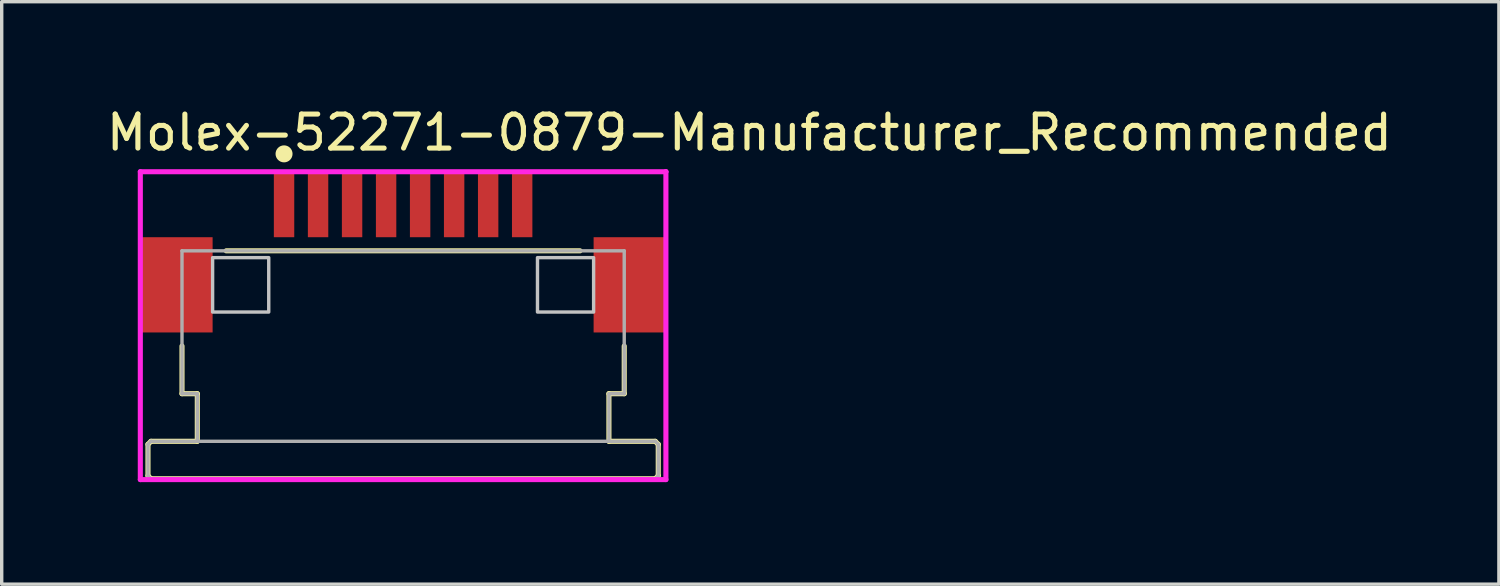
<source format=kicad_pcb>
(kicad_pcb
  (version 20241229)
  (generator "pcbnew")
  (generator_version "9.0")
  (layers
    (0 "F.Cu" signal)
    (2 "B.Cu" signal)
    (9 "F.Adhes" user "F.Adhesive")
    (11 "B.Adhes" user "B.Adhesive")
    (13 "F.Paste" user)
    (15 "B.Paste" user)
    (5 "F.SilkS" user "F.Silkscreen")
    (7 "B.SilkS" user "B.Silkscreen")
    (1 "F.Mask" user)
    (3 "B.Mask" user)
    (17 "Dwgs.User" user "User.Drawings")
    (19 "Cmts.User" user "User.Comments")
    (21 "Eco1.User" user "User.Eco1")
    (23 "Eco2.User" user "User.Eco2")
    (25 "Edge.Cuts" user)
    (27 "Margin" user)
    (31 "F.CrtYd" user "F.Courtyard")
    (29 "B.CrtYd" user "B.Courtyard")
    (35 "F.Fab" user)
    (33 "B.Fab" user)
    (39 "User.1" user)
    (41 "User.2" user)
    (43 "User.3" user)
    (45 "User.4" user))
  (footprint "Molex-52271-0879-Manufacturer_Recommended"
    (layer "F.Cu")
    (at 8.8 4.148)
    (property "Reference" "Molex-52271-0879-Manufacturer_Recommended" (at -8.8 -3.3 0) (layer "F.SilkS") (effects (font (size 1 1) (thickness 0.15)) (justify left)))
    (attr through_hole)
    (fp_line (start -7.5 5.863) (end -7.412 5.775) (stroke (width 0.15) (type solid)) (layer "F.SilkS"))
    (fp_line (start -7.5 6.787) (end -7.5 5.863) (stroke (width 0.15) (type solid)) (layer "F.SilkS"))
    (fp_line (start -7.5 6.787) (end -7.412 6.875) (stroke (width 0.15) (type solid)) (layer "F.SilkS"))
    (fp_line (start -7.412 5.775) (end -6.05 5.775) (stroke (width 0.15) (type solid)) (layer "F.SilkS"))
    (fp_line (start -7.412 6.875) (end 7.412 6.875) (stroke (width 0.15) (type solid)) (layer "F.SilkS"))
    (fp_line (start -6.5 4.375) (end -6.5 2.975) (stroke (width 0.15) (type solid)) (layer "F.SilkS"))
    (fp_line (start -6.5 4.375) (end -6.05 4.375) (stroke (width 0.15) (type solid)) (layer "F.SilkS"))
    (fp_line (start -6.05 5.775) (end -6.05 4.375) (stroke (width 0.15) (type solid)) (layer "F.SilkS"))
    (fp_line (start -5.2 0.175) (end 5.2 0.175) (stroke (width 0.15) (type solid)) (layer "F.SilkS"))
    (fp_line (start 6.05 4.375) (end 6.5 4.375) (stroke (width 0.15) (type solid)) (layer "F.SilkS"))
    (fp_line (start 6.05 5.775) (end 6.05 4.375) (stroke (width 0.15) (type solid)) (layer "F.SilkS"))
    (fp_line (start 6.05 5.775) (end 7.412 5.775) (stroke (width 0.15) (type solid)) (layer "F.SilkS"))
    (fp_line (start 6.5 4.375) (end 6.5 2.975) (stroke (width 0.15) (type solid)) (layer "F.SilkS"))
    (fp_line (start 7.412 5.775) (end 7.5 5.863) (stroke (width 0.15) (type solid)) (layer "F.SilkS"))
    (fp_line (start 7.412 6.875) (end 7.5 6.787) (stroke (width 0.15) (type solid)) (layer "F.SilkS"))
    (fp_line (start 7.5 6.787) (end 7.5 5.863) (stroke (width 0.15) (type solid)) (layer "F.SilkS"))
    (fp_circle (center -3.5 -2.675) (end -3.375 -2.675) (stroke (width 0.25) (type solid)) (fill no) (layer "F.SilkS"))
    (fp_poly (pts (xy -5.6 0.375) (xy -3.95 0.375) (xy -3.95 1.975) (xy -5.6 1.975)) (stroke (width 0.1) (type solid)) (fill no) (layer "Dwgs.User"))
    (fp_poly (pts (xy 3.95 0.375) (xy 5.6 0.375) (xy 5.6 1.975) (xy 3.95 1.975)) (stroke (width 0.1) (type solid)) (fill no) (layer "Dwgs.User"))
    (fp_line (start -7.725 -2.15) (end -7.725 6.9) (stroke (width 0.15) (type solid)) (layer "F.CrtYd"))
    (fp_line (start -7.725 6.9) (end 7.725 6.9) (stroke (width 0.15) (type solid)) (layer "F.CrtYd"))
    (fp_line (start 7.725 -2.15) (end -7.725 -2.15) (stroke (width 0.15) (type solid)) (layer "F.CrtYd"))
    (fp_line (start 7.725 -2.15) (end 7.725 -2.15) (stroke (width 0.15) (type solid)) (layer "F.CrtYd"))
    (fp_line (start 7.725 6.9) (end 7.725 -2.15) (stroke (width 0.15) (type solid)) (layer "F.CrtYd"))
    (fp_line (start -7.5 5.863) (end -7.412 5.775) (stroke (width 0.1) (type solid)) (layer "F.Fab"))
    (fp_line (start -7.5 6.787) (end -7.5 5.863) (stroke (width 0.1) (type solid)) (layer "F.Fab"))
    (fp_line (start -7.5 6.787) (end -7.412 6.875) (stroke (width 0.1) (type solid)) (layer "F.Fab"))
    (fp_line (start -7.412 5.775) (end 7.412 5.775) (stroke (width 0.1) (type solid)) (layer "F.Fab"))
    (fp_line (start -7.412 6.875) (end 7.412 6.875) (stroke (width 0.1) (type solid)) (layer "F.Fab"))
    (fp_line (start -6.5 4.375) (end -6.5 0.175) (stroke (width 0.1) (type solid)) (layer "F.Fab"))
    (fp_line (start -6.5 4.375) (end -6.05 4.375) (stroke (width 0.1) (type solid)) (layer "F.Fab"))
    (fp_line (start -6.5 0.175) (end 6.5 0.175) (stroke (width 0.1) (type solid)) (layer "F.Fab"))
    (fp_line (start -6.05 5.775) (end -6.05 4.375) (stroke (width 0.1) (type solid)) (layer "F.Fab"))
    (fp_line (start 6.05 4.375) (end 6.5 4.375) (stroke (width 0.1) (type solid)) (layer "F.Fab"))
    (fp_line (start 6.05 5.775) (end 6.05 4.375) (stroke (width 0.1) (type solid)) (layer "F.Fab"))
    (fp_line (start 6.5 4.375) (end 6.5 0.175) (stroke (width 0.1) (type solid)) (layer "F.Fab"))
    (fp_line (start 7.412 5.775) (end 7.5 5.863) (stroke (width 0.1) (type solid)) (layer "F.Fab"))
    (fp_line (start 7.412 6.875) (end 7.5 6.787) (stroke (width 0.1) (type solid)) (layer "F.Fab"))
    (fp_line (start 7.5 6.787) (end 7.5 5.863) (stroke (width 0.1) (type solid)) (layer "F.Fab"))
    (pad "1" smd rect (at -3.5 -1.175) (size 0.6 1.9) (layers "F.Cu" "F.Mask" "F.Paste"))
    (pad "2" smd rect (at -2.5 -1.175) (size 0.6 1.9) (layers "F.Cu" "F.Mask" "F.Paste"))
    (pad "3" smd rect (at -1.5 -1.175) (size 0.6 1.9) (layers "F.Cu" "F.Mask" "F.Paste"))
    (pad "4" smd rect (at -0.5 -1.175) (size 0.6 1.9) (layers "F.Cu" "F.Mask" "F.Paste"))
    (pad "5" smd rect (at 0.5 -1.175) (size 0.6 1.9) (layers "F.Cu" "F.Mask" "F.Paste"))
    (pad "6" smd rect (at 1.5 -1.175) (size 0.6 1.9) (layers "F.Cu" "F.Mask" "F.Paste"))
    (pad "7" smd rect (at 2.5 -1.175) (size 0.6 1.9) (layers "F.Cu" "F.Mask" "F.Paste"))
    (pad "8" smd rect (at 3.5 -1.175) (size 0.6 1.9) (layers "F.Cu" "F.Mask" "F.Paste"))
    (pad "MP1" smd rect (at -6.65 1.175) (size 2.1 2.8) (layers "F.Cu" "F.Mask" "F.Paste"))
    (pad "MP2" smd rect (at 6.65 1.175) (size 2.1 2.8) (layers "F.Cu" "F.Mask" "F.Paste")))
  (gr_rect
    (start -3 -3)
    (end 41.012 14.123)
    (stroke (width 0.1) (type default))
    (fill no)
    (layer "Edge.Cuts")))
</source>
